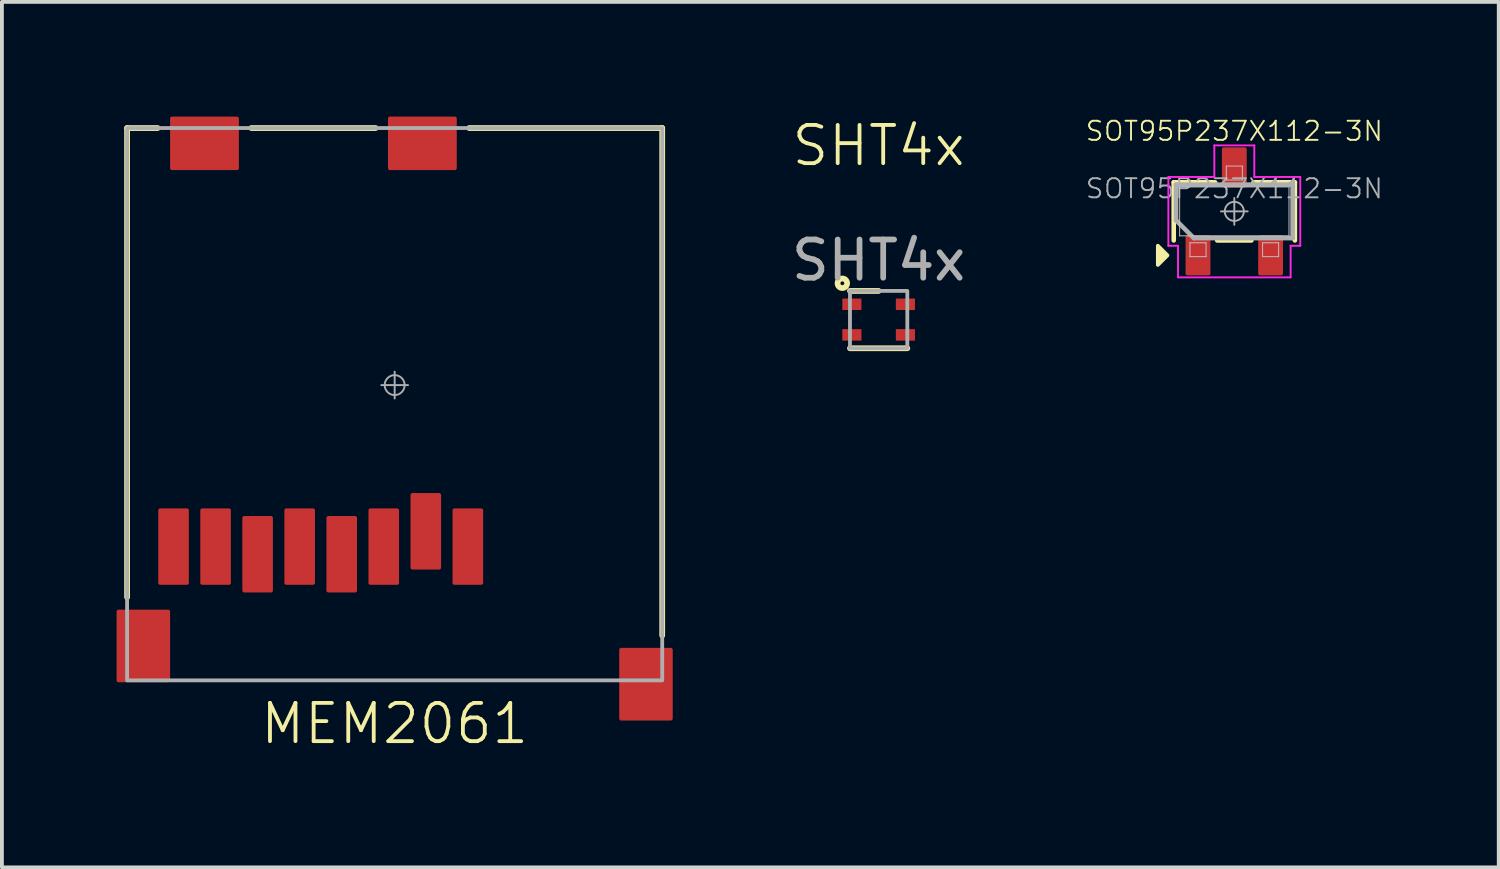
<source format=kicad_pcb>
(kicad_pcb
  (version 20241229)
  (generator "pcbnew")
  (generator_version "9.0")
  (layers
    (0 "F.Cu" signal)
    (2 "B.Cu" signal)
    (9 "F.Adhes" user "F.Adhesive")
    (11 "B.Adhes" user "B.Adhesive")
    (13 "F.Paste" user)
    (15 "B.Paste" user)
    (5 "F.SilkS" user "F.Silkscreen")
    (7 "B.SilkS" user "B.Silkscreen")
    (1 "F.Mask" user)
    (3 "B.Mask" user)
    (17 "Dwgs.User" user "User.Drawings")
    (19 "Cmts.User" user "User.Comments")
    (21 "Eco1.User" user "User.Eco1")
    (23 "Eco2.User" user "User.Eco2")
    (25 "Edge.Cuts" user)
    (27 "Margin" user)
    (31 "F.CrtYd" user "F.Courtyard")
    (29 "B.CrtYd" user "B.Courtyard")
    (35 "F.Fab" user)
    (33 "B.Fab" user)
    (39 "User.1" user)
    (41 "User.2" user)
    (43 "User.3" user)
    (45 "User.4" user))
  (footprint "MEM2061"
    (layer "F.Cu")
    (at 7.275 13.85)
    (property "Reference" "MEM2061" (at 0 2.032 0) (unlocked yes) (layer "F.SilkS") (effects (font (size 1 1) (thickness 0.1))))
    (attr smd)
    (fp_line (start -7 -13.55) (end -7 -1.275) (stroke (width 0.15) (type default)) (layer "F.SilkS"))
    (fp_line (start -7 -13.55) (end -6.2 -13.55) (stroke (width 0.15) (type default)) (layer "F.SilkS"))
    (fp_line (start -0.5 -13.55) (end -3.75 -13.55) (stroke (width 0.15) (type default)) (layer "F.SilkS"))
    (fp_line (start 7 -13.55) (end 1.95 -13.55) (stroke (width 0.15) (type default)) (layer "F.SilkS"))
    (fp_line (start 7 -0.275) (end 7 -13.55) (stroke (width 0.15) (type default)) (layer "F.SilkS"))
    (fp_line (start 0 -7.175) (end 0 -6.475) (stroke (width 0.05) (type solid)) (layer "F.Fab"))
    (fp_line (start 0.35 -6.825) (end -0.35 -6.825) (stroke (width 0.05) (type solid)) (layer "F.Fab"))
    (fp_rect (start -7 -13.55) (end 7 0.9) (stroke (width 0.1) (type solid)) (fill no) (layer "F.Fab"))
    (fp_circle (center 0 -6.825) (end 0.25 -6.75) (stroke (width 0.05) (type solid)) (fill no) (layer "F.Fab"))
    (pad "1" smd roundrect (at 1.915 -2.6) (size 0.8 2) (layers "F.Cu" "F.Mask" "F.Paste") (roundrect_rratio 0.062))
    (pad "2" smd roundrect (at 0.815 -3) (size 0.8 2) (layers "F.Cu" "F.Mask" "F.Paste") (roundrect_rratio 0.062))
    (pad "3" smd roundrect (at -0.285 -2.6) (size 0.8 2) (layers "F.Cu" "F.Mask" "F.Paste") (roundrect_rratio 0.062))
    (pad "4" smd roundrect (at -1.385 -2.4) (size 0.8 2) (layers "F.Cu" "F.Mask" "F.Paste") (roundrect_rratio 0.062))
    (pad "5" smd roundrect (at -2.485 -2.6) (size 0.8 2) (layers "F.Cu" "F.Mask" "F.Paste") (roundrect_rratio 0.062))
    (pad "6" smd roundrect (at -3.585 -2.4) (size 0.8 2) (layers "F.Cu" "F.Mask" "F.Paste") (roundrect_rratio 0.062))
    (pad "7" smd roundrect (at -4.685 -2.6) (size 0.8 2) (layers "F.Cu" "F.Mask" "F.Paste") (roundrect_rratio 0.062))
    (pad "8" smd roundrect (at -5.785 -2.6) (size 0.8 2) (layers "F.Cu" "F.Mask" "F.Paste") (roundrect_rratio 0.062))
    (pad "9" smd roundrect (at -4.975 -13.15) (size 1.8 1.4) (layers "F.Cu" "F.Mask" "F.Paste") (roundrect_rratio 0.036))
    (pad "9" smd roundrect (at 0.725 -13.15) (size 1.8 1.4) (layers "F.Cu" "F.Mask" "F.Paste") (roundrect_rratio 0.036))
    (pad "10" smd roundrect (at -6.575 0) (size 1.4 1.9) (layers "F.Cu" "F.Mask" "F.Paste") (roundrect_rratio 0.036))
    (pad "10" smd roundrect (at 6.575 1) (size 1.4 1.9) (layers "F.Cu" "F.Mask" "F.Paste") (roundrect_rratio 0.036))
    (zone (net_name "") (layers "F.Cu" "F.CrtYd") (hatch edge 0.5) (connect_pads) (min_thickness 0.25) (filled_areas_thickness no) (keepout (tracks not_allowed) (vias not_allowed) (pads not_allowed) (copperpour allowed) (footprints allowed)) (placement (enabled no)) (fill) (polygon (pts (xy 10.62 2.85) (xy 10.62 4.93) (xy 0.25 4.93) (xy 0.25 2.85)))))
  (footprint "SOT95P237X112-3N"
    (layer "F.Cu")
    (at 29.242 2.48)
    (property "Reference" "SOT95P237X112-3N" (at 0 -2.1 180) (layer "F.SilkS") (effects (font (size 0.5 0.5) (thickness 0.05))))
    (attr smd)
    (fp_line (start -1.585 -0.76) (end -0.502 -0.76) (stroke (width 0.12) (type solid)) (layer "F.SilkS"))
    (fp_line (start -1.585 0.76) (end -1.585 -0.76) (stroke (width 0.12) (type solid)) (layer "F.SilkS"))
    (fp_line (start 0.448 0.76) (end -0.448 0.76) (stroke (width 0.12) (type solid)) (layer "F.SilkS"))
    (fp_line (start 0.502 -0.76) (end 1.585 -0.76) (stroke (width 0.12) (type solid)) (layer "F.SilkS"))
    (fp_line (start 1.585 -0.76) (end 1.585 0.76) (stroke (width 0.12) (type solid)) (layer "F.SilkS"))
    (fp_poly (pts (xy -1.75 1.15) (xy -2 1.4) (xy -2 0.9)) (stroke (width 0.1) (type solid)) (fill yes) (layer "F.SilkS"))
    (fp_line (start -1.43 -0.64) (end 1.43 -0.64) (stroke (width 0.025) (type solid)) (layer "Dwgs.User"))
    (fp_line (start -1.43 0.64) (end -1.43 -0.64) (stroke (width 0.025) (type solid)) (layer "Dwgs.User"))
    (fp_line (start -1.16 0.821) (end -0.74 0.821) (stroke (width 0.025) (type solid)) (layer "Dwgs.User"))
    (fp_line (start -1.16 1.185) (end -1.16 0.821) (stroke (width 0.025) (type solid)) (layer "Dwgs.User"))
    (fp_line (start -0.74 0.821) (end -0.74 1.185) (stroke (width 0.025) (type solid)) (layer "Dwgs.User"))
    (fp_line (start -0.74 1.185) (end -1.16 1.185) (stroke (width 0.025) (type solid)) (layer "Dwgs.User"))
    (fp_line (start -0.21 -1.185) (end 0.21 -1.185) (stroke (width 0.025) (type solid)) (layer "Dwgs.User"))
    (fp_line (start -0.21 -0.821) (end -0.21 -1.185) (stroke (width 0.025) (type solid)) (layer "Dwgs.User"))
    (fp_line (start 0.21 -1.185) (end 0.21 -0.821) (stroke (width 0.025) (type solid)) (layer "Dwgs.User"))
    (fp_line (start 0.21 -0.821) (end -0.21 -0.821) (stroke (width 0.025) (type solid)) (layer "Dwgs.User"))
    (fp_line (start 0.74 0.821) (end 1.16 0.821) (stroke (width 0.025) (type solid)) (layer "Dwgs.User"))
    (fp_line (start 0.74 1.185) (end 0.74 0.821) (stroke (width 0.025) (type solid)) (layer "Dwgs.User"))
    (fp_line (start 1.16 0.821) (end 1.16 1.185) (stroke (width 0.025) (type solid)) (layer "Dwgs.User"))
    (fp_line (start 1.16 1.185) (end 0.74 1.185) (stroke (width 0.025) (type solid)) (layer "Dwgs.User"))
    (fp_line (start 1.43 -0.64) (end 1.43 0.64) (stroke (width 0.025) (type solid)) (layer "Dwgs.User"))
    (fp_line (start 1.43 0.64) (end -1.43 0.64) (stroke (width 0.025) (type solid)) (layer "Dwgs.User"))
    (fp_line (start -1.725 -0.9) (end -1.725 0.9) (stroke (width 0.05) (type solid)) (layer "F.CrtYd"))
    (fp_line (start -1.725 0.9) (end -1.473 0.9) (stroke (width 0.05) (type solid)) (layer "F.CrtYd"))
    (fp_line (start -1.473 0.9) (end -1.473 1.726) (stroke (width 0.05) (type solid)) (layer "F.CrtYd"))
    (fp_line (start -1.473 1.726) (end 1.473 1.726) (stroke (width 0.05) (type solid)) (layer "F.CrtYd"))
    (fp_line (start -0.523 -1.726) (end -0.523 -0.9) (stroke (width 0.05) (type solid)) (layer "F.CrtYd"))
    (fp_line (start -0.523 -0.9) (end -1.725 -0.9) (stroke (width 0.05) (type solid)) (layer "F.CrtYd"))
    (fp_line (start 0.523 -1.726) (end -0.523 -1.726) (stroke (width 0.05) (type solid)) (layer "F.CrtYd"))
    (fp_line (start 0.523 -0.9) (end 0.523 -1.726) (stroke (width 0.05) (type solid)) (layer "F.CrtYd"))
    (fp_line (start 1.473 0.9) (end 1.725 0.9) (stroke (width 0.05) (type solid)) (layer "F.CrtYd"))
    (fp_line (start 1.473 1.726) (end 1.473 0.9) (stroke (width 0.05) (type solid)) (layer "F.CrtYd"))
    (fp_line (start 1.725 -0.9) (end 0.523 -0.9) (stroke (width 0.05) (type solid)) (layer "F.CrtYd"))
    (fp_line (start 1.725 0.9) (end 1.725 -0.9) (stroke (width 0.05) (type solid)) (layer "F.CrtYd"))
    (fp_line (start -1.525 -0.7) (end 1.525 -0.7) (stroke (width 0.12) (type solid)) (layer "F.Fab"))
    (fp_line (start -1.525 0.233) (end -1.525 -0.7) (stroke (width 0.12) (type solid)) (layer "F.Fab"))
    (fp_line (start -1.058 0.7) (end -1.525 0.233) (stroke (width 0.12) (type solid)) (layer "F.Fab"))
    (fp_line (start -0.35 0) (end 0.35 0) (stroke (width 0.05) (type solid)) (layer "F.Fab"))
    (fp_line (start 0 -0.35) (end 0 0.35) (stroke (width 0.05) (type solid)) (layer "F.Fab"))
    (fp_line (start 1.525 -0.7) (end 1.525 0.7) (stroke (width 0.12) (type solid)) (layer "F.Fab"))
    (fp_line (start 1.525 0.7) (end -1.058 0.7) (stroke (width 0.12) (type solid)) (layer "F.Fab"))
    (fp_circle (center 0 0) (end 0.25 0) (stroke (width 0.05) (type solid)) (fill no) (layer "F.Fab"))
    (fp_text user "${REFERENCE}" (at 0 -0.889 180) (layer "F.Fab") (effects (font (size 0.5 0.5) (thickness 0.05)) (justify top)))
    (pad "1" smd roundrect (at -0.95 1.15) (size 0.65 1.05) (layers "F.Cu" "F.Mask" "F.Paste") (roundrect_rratio 0.077))
    (pad "2" smd roundrect (at 0.95 1.15) (size 0.65 1.05) (layers "F.Cu" "F.Mask" "F.Paste") (roundrect_rratio 0.077))
    (pad "3" smd roundrect (at 0 -1.15) (size 0.65 1.05) (layers "F.Cu" "F.Mask" "F.Paste") (roundrect_rratio 0.077)))
  (footprint "SHT4x"
    (layer "F.Cu")
    (at 19.937 5.311)
    (property "Reference" "SHT4x" (at 0 -4.55 0) (unlocked yes) (layer "F.SilkS") (effects (font (size 1 1) (thickness 0.1))))
    (attr smd)
    (fp_line (start -0.75 -0.75) (end 0 -0.75) (stroke (width 0.15) (type default)) (layer "F.SilkS"))
    (fp_line (start 0.75 0.75) (end -0.75 0.75) (stroke (width 0.15) (type default)) (layer "F.SilkS"))
    (fp_circle (center -0.95 -0.95) (end -0.9 -0.95) (stroke (width 0.15) (type default)) (fill no) (layer "F.SilkS"))
    (fp_rect (start -0.75 -0.75) (end 0.75 0.75) (stroke (width 0.1) (type default)) (fill no) (layer "F.Fab"))
    (fp_text user "${REFERENCE}" (at 0 -1.55 0) (unlocked yes) (layer "F.Fab") (effects (font (size 1 1) (thickness 0.15))))
    (pad "1" smd rect (at -0.7 -0.4) (size 0.5 0.3) (layers "F.Cu" "F.Mask" "F.Paste"))
    (pad "2" smd rect (at -0.7 0.4) (size 0.5 0.3) (layers "F.Cu" "F.Mask" "F.Paste"))
    (pad "3" smd rect (at 0.7 0.4) (size 0.5 0.3) (layers "F.Cu" "F.Mask" "F.Paste"))
    (pad "4" smd rect (at 0.7 -0.4) (size 0.5 0.3) (layers "F.Cu" "F.Mask" "F.Paste")))
  (gr_rect
    (start -3 -3)
    (end 36.16 19.642)
    (stroke (width 0.1) (type default))
    (fill no)
    (layer "Edge.Cuts")))
</source>
